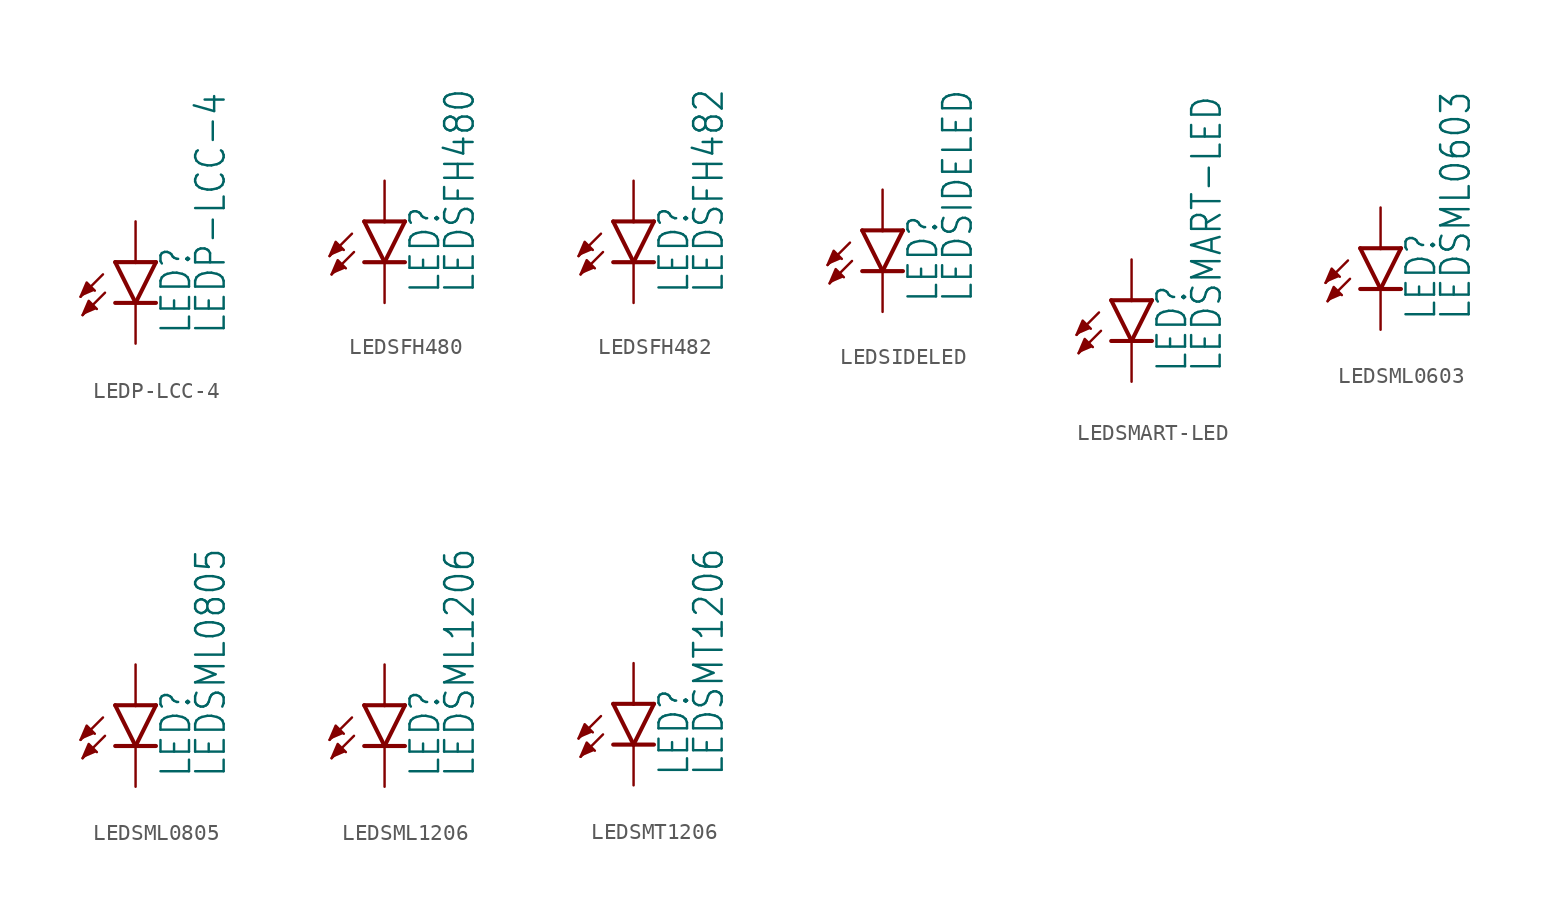
<source format=kicad_sym>
(kicad_symbol_lib
  (version 20210619)
  (generator kicad_symbol_editor)
  (symbol "LEDP-LCC-4"
    (property "Reference" "LED"
      (at 3.556 -4.572 90)
      (effects (font (size 1.778 1.511)) (justify left bottom)))
    (property "Value" "LEDP-LCC-4"
      (at 5.715 -4.572 90)
      (effects (font (size 1.778 1.511)) (justify left bottom)))
    (property "ki_locked" ""
      (at 0 0 0)
      (effects (font (size 1.27 1.27))))
    (symbol "LEDP-LCC-4_1_0"
      (polyline (pts (xy -2.032 -0.762) (xy -3.429 -2.159)) (stroke (width 0.152)) (fill (type none)))
      (polyline (pts (xy -1.905 -1.905) (xy -3.302 -3.302)) (stroke (width 0.152)) (fill (type none)))
      (polyline (pts (xy 0 -2.54) (xy -1.27 -2.54)) (stroke (width 0.254)) (fill (type none)))
      (polyline (pts (xy 0 -2.54) (xy -1.27 0)) (stroke (width 0.254)) (fill (type none)))
      (polyline (pts (xy 0 0) (xy -1.27 0)) (stroke (width 0.254)) (fill (type none)))
      (polyline (pts (xy 1.27 -2.54) (xy 0 -2.54)) (stroke (width 0.254)) (fill (type none)))
      (polyline (pts (xy 1.27 0) (xy 0 -2.54)) (stroke (width 0.254)) (fill (type none)))
      (polyline (pts (xy 1.27 0) (xy 0 0)) (stroke (width 0.254)) (fill (type none)))
      (polyline (pts (xy -3.429 -2.159) (xy -3.048 -1.27) (xy -2.54 -1.778)) (stroke (width 0)) (fill (type outline)))
      (polyline (pts (xy -3.302 -3.302) (xy -2.921 -2.413) (xy -2.413 -2.921)) (stroke (width 0)) (fill (type outline)))
      (pin passive line (at 0 2.54 270) (length 2.54) (name "A" (effects (font (size 0 0)))) (number "A" (effects (font (size 0 0)))))
      (pin passive line (at 0 -5.08 90) (length 2.54) (name "C" (effects (font (size 0 0)))) (number "C@4" (effects (font (size 0 0)))))))
  (symbol "LEDSFH480"
    (property "Reference" "LED"
      (at 3.556 -4.572 90)
      (effects (font (size 1.778 1.511)) (justify left bottom)))
    (property "Value" "LEDSFH480"
      (at 5.715 -4.572 90)
      (effects (font (size 1.778 1.511)) (justify left bottom)))
    (property "ki_locked" ""
      (at 0 0 0)
      (effects (font (size 1.27 1.27))))
    (symbol "LEDSFH480_1_0"
      (polyline (pts (xy -2.032 -0.762) (xy -3.429 -2.159)) (stroke (width 0.152)) (fill (type none)))
      (polyline (pts (xy -1.905 -1.905) (xy -3.302 -3.302)) (stroke (width 0.152)) (fill (type none)))
      (polyline (pts (xy 0 -2.54) (xy -1.27 -2.54)) (stroke (width 0.254)) (fill (type none)))
      (polyline (pts (xy 0 -2.54) (xy -1.27 0)) (stroke (width 0.254)) (fill (type none)))
      (polyline (pts (xy 0 0) (xy -1.27 0)) (stroke (width 0.254)) (fill (type none)))
      (polyline (pts (xy 1.27 -2.54) (xy 0 -2.54)) (stroke (width 0.254)) (fill (type none)))
      (polyline (pts (xy 1.27 0) (xy 0 -2.54)) (stroke (width 0.254)) (fill (type none)))
      (polyline (pts (xy 1.27 0) (xy 0 0)) (stroke (width 0.254)) (fill (type none)))
      (polyline (pts (xy -3.429 -2.159) (xy -3.048 -1.27) (xy -2.54 -1.778)) (stroke (width 0)) (fill (type outline)))
      (polyline (pts (xy -3.302 -3.302) (xy -2.921 -2.413) (xy -2.413 -2.921)) (stroke (width 0)) (fill (type outline)))
      (pin passive line (at 0 2.54 270) (length 2.54) (name "A" (effects (font (size 0 0)))) (number "A" (effects (font (size 0 0)))))
      (pin passive line (at 0 -5.08 90) (length 2.54) (name "C" (effects (font (size 0 0)))) (number "K" (effects (font (size 0 0)))))))
  (symbol "LEDSFH482"
    (property "Reference" "LED"
      (at 3.556 -4.572 90)
      (effects (font (size 1.778 1.511)) (justify left bottom)))
    (property "Value" "LEDSFH482"
      (at 5.715 -4.572 90)
      (effects (font (size 1.778 1.511)) (justify left bottom)))
    (property "ki_locked" ""
      (at 0 0 0)
      (effects (font (size 1.27 1.27))))
    (symbol "LEDSFH482_1_0"
      (polyline (pts (xy -2.032 -0.762) (xy -3.429 -2.159)) (stroke (width 0.152)) (fill (type none)))
      (polyline (pts (xy -1.905 -1.905) (xy -3.302 -3.302)) (stroke (width 0.152)) (fill (type none)))
      (polyline (pts (xy 0 -2.54) (xy -1.27 -2.54)) (stroke (width 0.254)) (fill (type none)))
      (polyline (pts (xy 0 -2.54) (xy -1.27 0)) (stroke (width 0.254)) (fill (type none)))
      (polyline (pts (xy 0 0) (xy -1.27 0)) (stroke (width 0.254)) (fill (type none)))
      (polyline (pts (xy 1.27 -2.54) (xy 0 -2.54)) (stroke (width 0.254)) (fill (type none)))
      (polyline (pts (xy 1.27 0) (xy 0 -2.54)) (stroke (width 0.254)) (fill (type none)))
      (polyline (pts (xy 1.27 0) (xy 0 0)) (stroke (width 0.254)) (fill (type none)))
      (polyline (pts (xy -3.429 -2.159) (xy -3.048 -1.27) (xy -2.54 -1.778)) (stroke (width 0)) (fill (type outline)))
      (polyline (pts (xy -3.302 -3.302) (xy -2.921 -2.413) (xy -2.413 -2.921)) (stroke (width 0)) (fill (type outline)))
      (pin passive line (at 0 2.54 270) (length 2.54) (name "A" (effects (font (size 0 0)))) (number "A" (effects (font (size 0 0)))))
      (pin passive line (at 0 -5.08 90) (length 2.54) (name "C" (effects (font (size 0 0)))) (number "K" (effects (font (size 0 0)))))))
  (symbol "LEDSIDELED"
    (property "Reference" "LED"
      (at 3.556 -4.572 90)
      (effects (font (size 1.778 1.511)) (justify left bottom)))
    (property "Value" "LEDSIDELED"
      (at 5.715 -4.572 90)
      (effects (font (size 1.778 1.511)) (justify left bottom)))
    (property "ki_locked" ""
      (at 0 0 0)
      (effects (font (size 1.27 1.27))))
    (symbol "LEDSIDELED_1_0"
      (polyline (pts (xy -2.032 -0.762) (xy -3.429 -2.159)) (stroke (width 0.152)) (fill (type none)))
      (polyline (pts (xy -1.905 -1.905) (xy -3.302 -3.302)) (stroke (width 0.152)) (fill (type none)))
      (polyline (pts (xy 0 -2.54) (xy -1.27 -2.54)) (stroke (width 0.254)) (fill (type none)))
      (polyline (pts (xy 0 -2.54) (xy -1.27 0)) (stroke (width 0.254)) (fill (type none)))
      (polyline (pts (xy 0 0) (xy -1.27 0)) (stroke (width 0.254)) (fill (type none)))
      (polyline (pts (xy 1.27 -2.54) (xy 0 -2.54)) (stroke (width 0.254)) (fill (type none)))
      (polyline (pts (xy 1.27 0) (xy 0 -2.54)) (stroke (width 0.254)) (fill (type none)))
      (polyline (pts (xy 1.27 0) (xy 0 0)) (stroke (width 0.254)) (fill (type none)))
      (polyline (pts (xy -3.429 -2.159) (xy -3.048 -1.27) (xy -2.54 -1.778)) (stroke (width 0)) (fill (type outline)))
      (polyline (pts (xy -3.302 -3.302) (xy -2.921 -2.413) (xy -2.413 -2.921)) (stroke (width 0)) (fill (type outline)))
      (pin passive line (at 0 2.54 270) (length 2.54) (name "A" (effects (font (size 0 0)))) (number "A" (effects (font (size 0 0)))))
      (pin passive line (at 0 -5.08 90) (length 2.54) (name "C" (effects (font (size 0 0)))) (number "C" (effects (font (size 0 0)))))))
  (symbol "LEDSMART-LED"
    (property "Reference" "LED"
      (at 3.556 -4.572 90)
      (effects (font (size 1.778 1.511)) (justify left bottom)))
    (property "Value" "LEDSMART-LED"
      (at 5.715 -4.572 90)
      (effects (font (size 1.778 1.511)) (justify left bottom)))
    (property "ki_locked" ""
      (at 0 0 0)
      (effects (font (size 1.27 1.27))))
    (symbol "LEDSMART-LED_1_0"
      (polyline (pts (xy -2.032 -0.762) (xy -3.429 -2.159)) (stroke (width 0.152)) (fill (type none)))
      (polyline (pts (xy -1.905 -1.905) (xy -3.302 -3.302)) (stroke (width 0.152)) (fill (type none)))
      (polyline (pts (xy 0 -2.54) (xy -1.27 -2.54)) (stroke (width 0.254)) (fill (type none)))
      (polyline (pts (xy 0 -2.54) (xy -1.27 0)) (stroke (width 0.254)) (fill (type none)))
      (polyline (pts (xy 0 0) (xy -1.27 0)) (stroke (width 0.254)) (fill (type none)))
      (polyline (pts (xy 1.27 -2.54) (xy 0 -2.54)) (stroke (width 0.254)) (fill (type none)))
      (polyline (pts (xy 1.27 0) (xy 0 -2.54)) (stroke (width 0.254)) (fill (type none)))
      (polyline (pts (xy 1.27 0) (xy 0 0)) (stroke (width 0.254)) (fill (type none)))
      (polyline (pts (xy -3.429 -2.159) (xy -3.048 -1.27) (xy -2.54 -1.778)) (stroke (width 0)) (fill (type outline)))
      (polyline (pts (xy -3.302 -3.302) (xy -2.921 -2.413) (xy -2.413 -2.921)) (stroke (width 0)) (fill (type outline)))
      (pin passive line (at 0 2.54 270) (length 2.54) (name "A" (effects (font (size 0 0)))) (number "A" (effects (font (size 0 0)))))
      (pin passive line (at 0 -5.08 90) (length 2.54) (name "C" (effects (font (size 0 0)))) (number "B" (effects (font (size 0 0)))))))
  (symbol "LEDSML0603"
    (property "Reference" "LED"
      (at 3.556 -4.572 90)
      (effects (font (size 1.778 1.511)) (justify left bottom)))
    (property "Value" "LEDSML0603"
      (at 5.715 -4.572 90)
      (effects (font (size 1.778 1.511)) (justify left bottom)))
    (property "ki_locked" ""
      (at 0 0 0)
      (effects (font (size 1.27 1.27))))
    (symbol "LEDSML0603_1_0"
      (polyline (pts (xy -2.032 -0.762) (xy -3.429 -2.159)) (stroke (width 0.152)) (fill (type none)))
      (polyline (pts (xy -1.905 -1.905) (xy -3.302 -3.302)) (stroke (width 0.152)) (fill (type none)))
      (polyline (pts (xy 0 -2.54) (xy -1.27 -2.54)) (stroke (width 0.254)) (fill (type none)))
      (polyline (pts (xy 0 -2.54) (xy -1.27 0)) (stroke (width 0.254)) (fill (type none)))
      (polyline (pts (xy 0 0) (xy -1.27 0)) (stroke (width 0.254)) (fill (type none)))
      (polyline (pts (xy 1.27 -2.54) (xy 0 -2.54)) (stroke (width 0.254)) (fill (type none)))
      (polyline (pts (xy 1.27 0) (xy 0 -2.54)) (stroke (width 0.254)) (fill (type none)))
      (polyline (pts (xy 1.27 0) (xy 0 0)) (stroke (width 0.254)) (fill (type none)))
      (polyline (pts (xy -3.429 -2.159) (xy -3.048 -1.27) (xy -2.54 -1.778)) (stroke (width 0)) (fill (type outline)))
      (polyline (pts (xy -3.302 -3.302) (xy -2.921 -2.413) (xy -2.413 -2.921)) (stroke (width 0)) (fill (type outline)))
      (pin passive line (at 0 2.54 270) (length 2.54) (name "A" (effects (font (size 0 0)))) (number "A" (effects (font (size 0 0)))))
      (pin passive line (at 0 -5.08 90) (length 2.54) (name "C" (effects (font (size 0 0)))) (number "C" (effects (font (size 0 0)))))))
  (symbol "LEDSML0805"
    (property "Reference" "LED"
      (at 3.556 -4.572 90)
      (effects (font (size 1.778 1.511)) (justify left bottom)))
    (property "Value" "LEDSML0805"
      (at 5.715 -4.572 90)
      (effects (font (size 1.778 1.511)) (justify left bottom)))
    (property "ki_locked" ""
      (at 0 0 0)
      (effects (font (size 1.27 1.27))))
    (symbol "LEDSML0805_1_0"
      (polyline (pts (xy -2.032 -0.762) (xy -3.429 -2.159)) (stroke (width 0.152)) (fill (type none)))
      (polyline (pts (xy -1.905 -1.905) (xy -3.302 -3.302)) (stroke (width 0.152)) (fill (type none)))
      (polyline (pts (xy 0 -2.54) (xy -1.27 -2.54)) (stroke (width 0.254)) (fill (type none)))
      (polyline (pts (xy 0 -2.54) (xy -1.27 0)) (stroke (width 0.254)) (fill (type none)))
      (polyline (pts (xy 0 0) (xy -1.27 0)) (stroke (width 0.254)) (fill (type none)))
      (polyline (pts (xy 1.27 -2.54) (xy 0 -2.54)) (stroke (width 0.254)) (fill (type none)))
      (polyline (pts (xy 1.27 0) (xy 0 -2.54)) (stroke (width 0.254)) (fill (type none)))
      (polyline (pts (xy 1.27 0) (xy 0 0)) (stroke (width 0.254)) (fill (type none)))
      (polyline (pts (xy -3.429 -2.159) (xy -3.048 -1.27) (xy -2.54 -1.778)) (stroke (width 0)) (fill (type outline)))
      (polyline (pts (xy -3.302 -3.302) (xy -2.921 -2.413) (xy -2.413 -2.921)) (stroke (width 0)) (fill (type outline)))
      (pin passive line (at 0 2.54 270) (length 2.54) (name "A" (effects (font (size 0 0)))) (number "A" (effects (font (size 0 0)))))
      (pin passive line (at 0 -5.08 90) (length 2.54) (name "C" (effects (font (size 0 0)))) (number "C" (effects (font (size 0 0)))))))
  (symbol "LEDSML1206"
    (property "Reference" "LED"
      (at 3.556 -4.572 90)
      (effects (font (size 1.778 1.511)) (justify left bottom)))
    (property "Value" "LEDSML1206"
      (at 5.715 -4.572 90)
      (effects (font (size 1.778 1.511)) (justify left bottom)))
    (property "ki_locked" ""
      (at 0 0 0)
      (effects (font (size 1.27 1.27))))
    (symbol "LEDSML1206_1_0"
      (polyline (pts (xy -2.032 -0.762) (xy -3.429 -2.159)) (stroke (width 0.152)) (fill (type none)))
      (polyline (pts (xy -1.905 -1.905) (xy -3.302 -3.302)) (stroke (width 0.152)) (fill (type none)))
      (polyline (pts (xy 0 -2.54) (xy -1.27 -2.54)) (stroke (width 0.254)) (fill (type none)))
      (polyline (pts (xy 0 -2.54) (xy -1.27 0)) (stroke (width 0.254)) (fill (type none)))
      (polyline (pts (xy 0 0) (xy -1.27 0)) (stroke (width 0.254)) (fill (type none)))
      (polyline (pts (xy 1.27 -2.54) (xy 0 -2.54)) (stroke (width 0.254)) (fill (type none)))
      (polyline (pts (xy 1.27 0) (xy 0 -2.54)) (stroke (width 0.254)) (fill (type none)))
      (polyline (pts (xy 1.27 0) (xy 0 0)) (stroke (width 0.254)) (fill (type none)))
      (polyline (pts (xy -3.429 -2.159) (xy -3.048 -1.27) (xy -2.54 -1.778)) (stroke (width 0)) (fill (type outline)))
      (polyline (pts (xy -3.302 -3.302) (xy -2.921 -2.413) (xy -2.413 -2.921)) (stroke (width 0)) (fill (type outline)))
      (pin passive line (at 0 2.54 270) (length 2.54) (name "A" (effects (font (size 0 0)))) (number "A" (effects (font (size 0 0)))))
      (pin passive line (at 0 -5.08 90) (length 2.54) (name "C" (effects (font (size 0 0)))) (number "C" (effects (font (size 0 0)))))))
  (symbol "LEDSMT1206"
    (property "Reference" "LED"
      (at 3.556 -4.572 90)
      (effects (font (size 1.778 1.511)) (justify left bottom)))
    (property "Value" "LEDSMT1206"
      (at 5.715 -4.572 90)
      (effects (font (size 1.778 1.511)) (justify left bottom)))
    (property "ki_locked" ""
      (at 0 0 0)
      (effects (font (size 1.27 1.27))))
    (symbol "LEDSMT1206_1_0"
      (polyline (pts (xy -2.032 -0.762) (xy -3.429 -2.159)) (stroke (width 0.152)) (fill (type none)))
      (polyline (pts (xy -1.905 -1.905) (xy -3.302 -3.302)) (stroke (width 0.152)) (fill (type none)))
      (polyline (pts (xy 0 -2.54) (xy -1.27 -2.54)) (stroke (width 0.254)) (fill (type none)))
      (polyline (pts (xy 0 -2.54) (xy -1.27 0)) (stroke (width 0.254)) (fill (type none)))
      (polyline (pts (xy 0 0) (xy -1.27 0)) (stroke (width 0.254)) (fill (type none)))
      (polyline (pts (xy 1.27 -2.54) (xy 0 -2.54)) (stroke (width 0.254)) (fill (type none)))
      (polyline (pts (xy 1.27 0) (xy 0 -2.54)) (stroke (width 0.254)) (fill (type none)))
      (polyline (pts (xy 1.27 0) (xy 0 0)) (stroke (width 0.254)) (fill (type none)))
      (polyline (pts (xy -3.429 -2.159) (xy -3.048 -1.27) (xy -2.54 -1.778)) (stroke (width 0)) (fill (type outline)))
      (polyline (pts (xy -3.302 -3.302) (xy -2.921 -2.413) (xy -2.413 -2.921)) (stroke (width 0)) (fill (type outline)))
      (pin passive line (at 0 2.54 270) (length 2.54) (name "A" (effects (font (size 0 0)))) (number "A" (effects (font (size 0 0)))))
      (pin passive line (at 0 -5.08 90) (length 2.54) (name "C" (effects (font (size 0 0)))) (number "C" (effects (font (size 0 0))))))))
</source>
